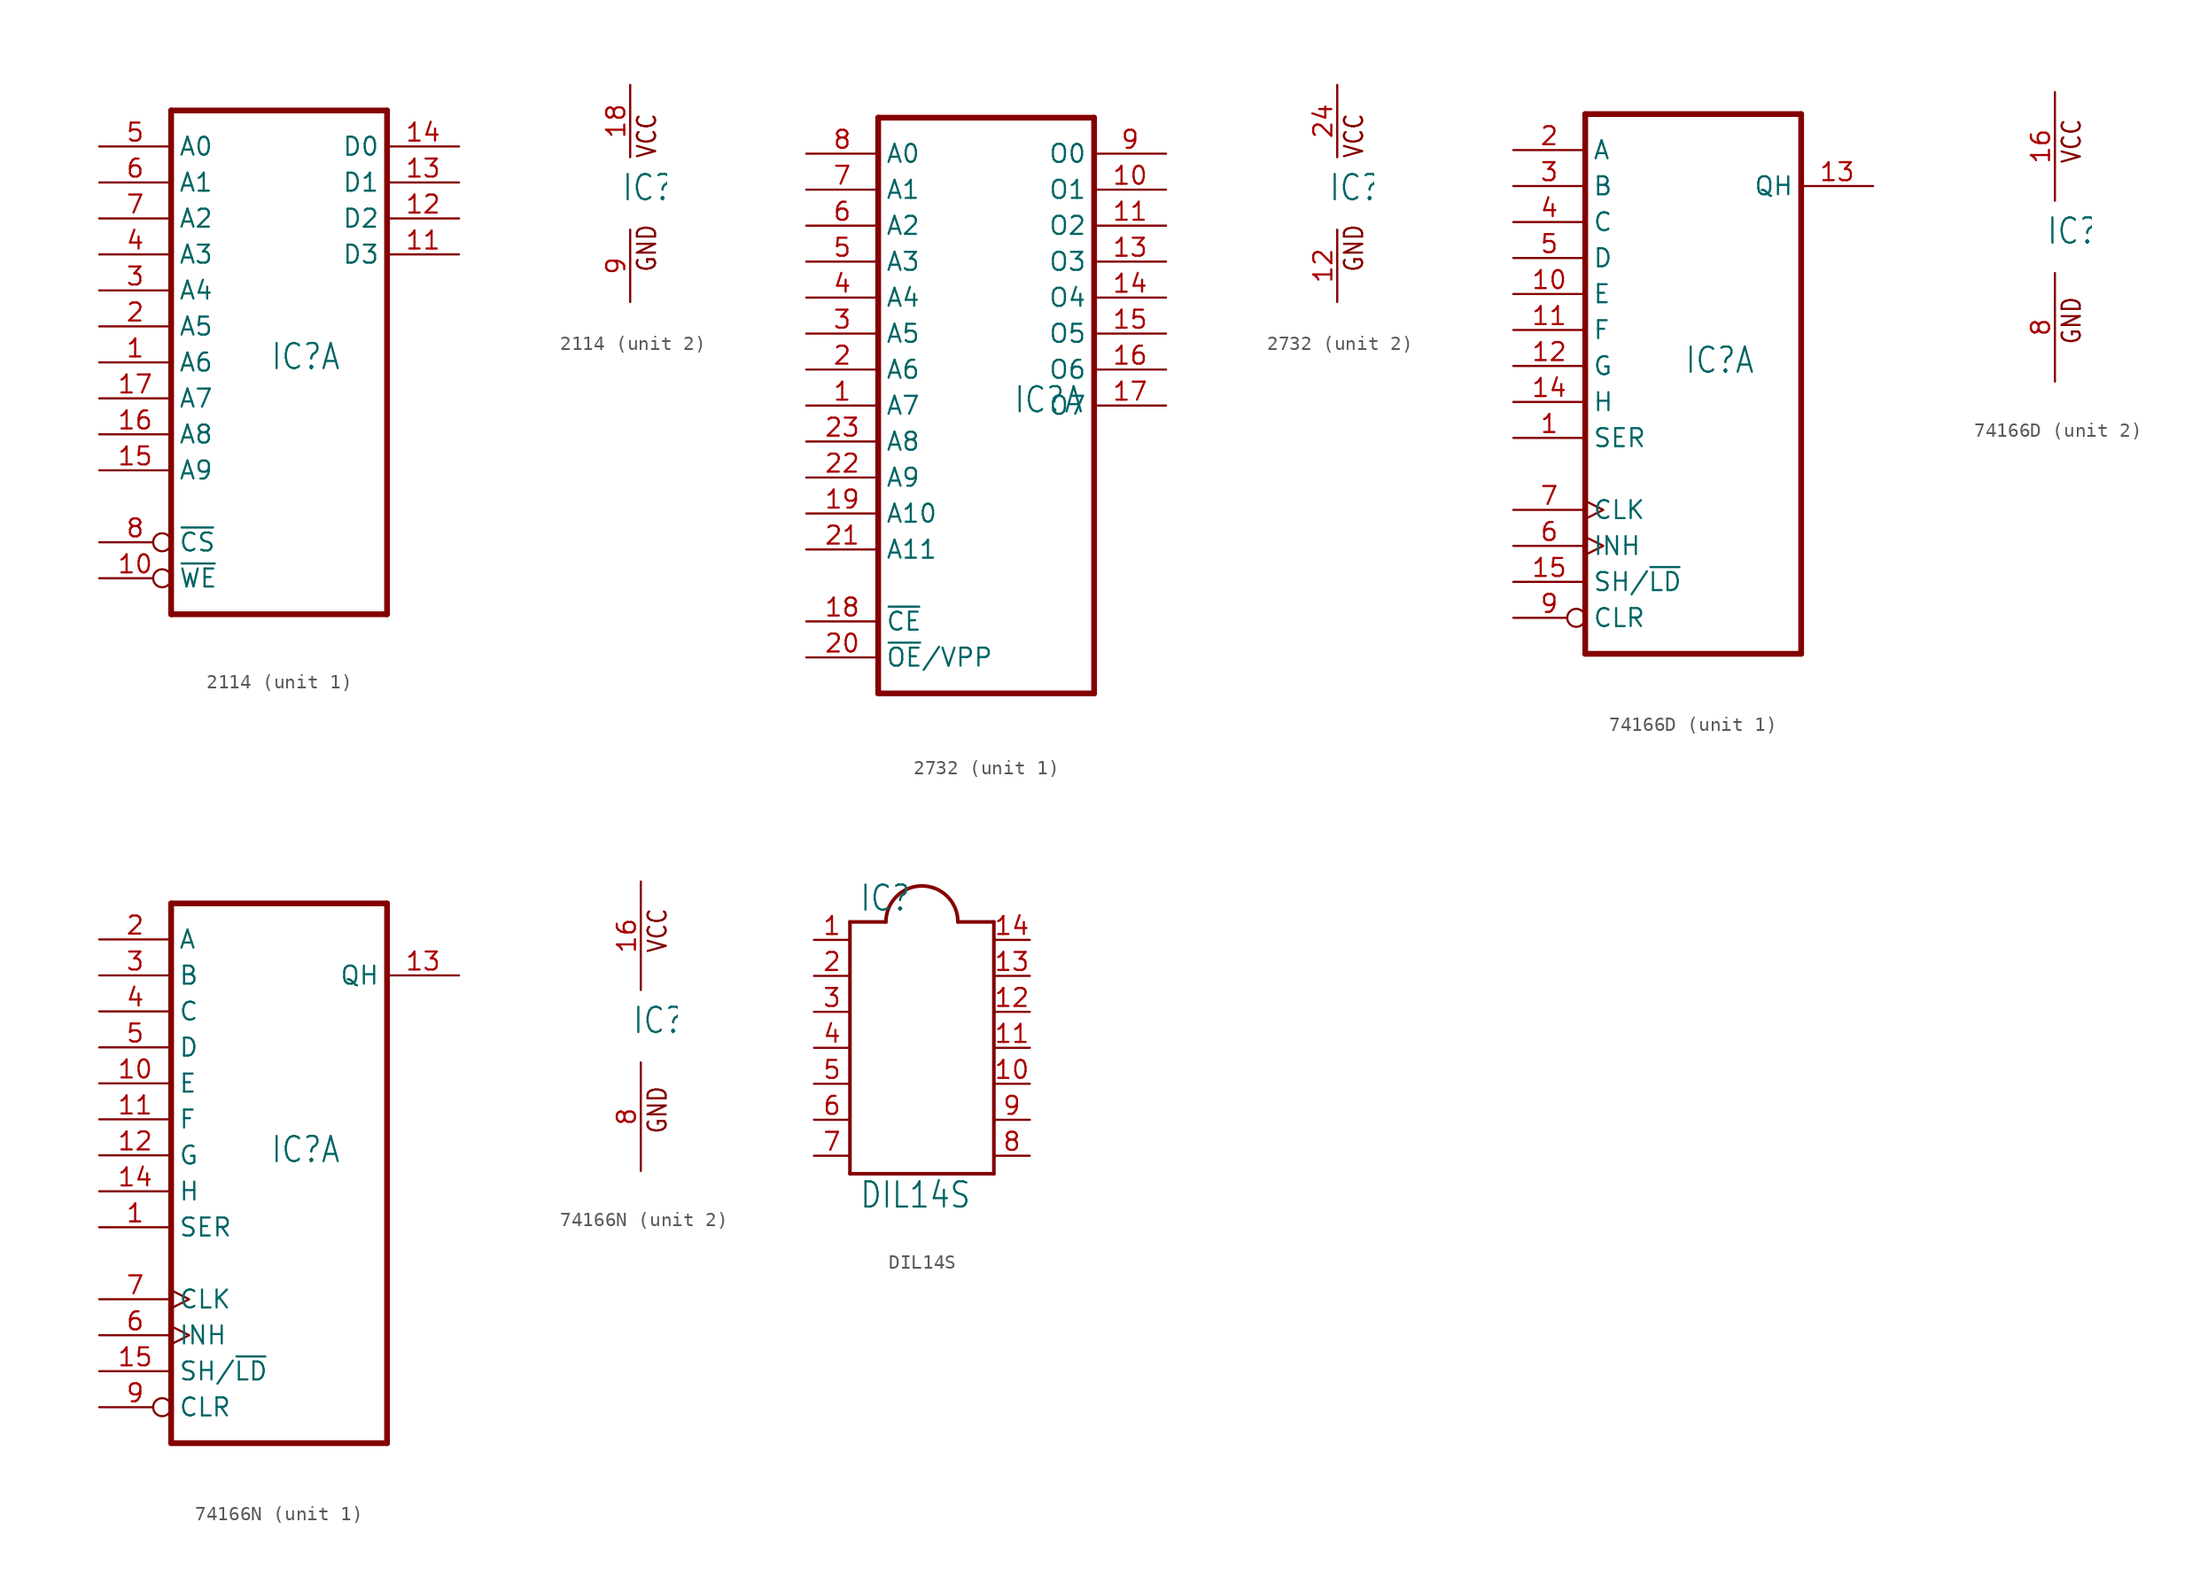
<source format=kicad_sym>
(kicad_symbol_lib
  (version 20211014)
  (generator kicad_symbol_editor)
  (symbol "2114"
    (property "Reference" "IC"
      (at -0.635 -0.635 0)
      (effects (font (size 1.778 1.511)) (justify left bottom)))
    (property "ki_locked" ""
      (at 0 0 0)
      (effects (font (size 1.27 1.27))))
    (symbol "2114_1_0"
      (polyline (pts (xy -7.62 -17.78) (xy 7.62 -17.78)) (stroke (width 0.406) (type default) (color 0 0 0 0)) (fill (type none)))
      (polyline (pts (xy -7.62 17.78) (xy -7.62 -17.78)) (stroke (width 0.406) (type default) (color 0 0 0 0)) (fill (type none)))
      (polyline (pts (xy 7.62 -17.78) (xy 7.62 17.78)) (stroke (width 0.406) (type default) (color 0 0 0 0)) (fill (type none)))
      (polyline (pts (xy 7.62 17.78) (xy -7.62 17.78)) (stroke (width 0.406) (type default) (color 0 0 0 0)) (fill (type none)))
      (pin input line (at -12.7 0 0) (length 5.08) (name "A6" (effects (font (size 1.27 1.27)))) (number "1" (effects (font (size 1.27 1.27)))))
      (pin input inverted (at -12.7 -15.24 0) (length 5.08) (name "~{WE}" (effects (font (size 1.27 1.27)))) (number "10" (effects (font (size 1.27 1.27)))))
      (pin bidirectional line (at 12.7 7.62 180) (length 5.08) (name "D3" (effects (font (size 1.27 1.27)))) (number "11" (effects (font (size 1.27 1.27)))))
      (pin bidirectional line (at 12.7 10.16 180) (length 5.08) (name "D2" (effects (font (size 1.27 1.27)))) (number "12" (effects (font (size 1.27 1.27)))))
      (pin bidirectional line (at 12.7 12.7 180) (length 5.08) (name "D1" (effects (font (size 1.27 1.27)))) (number "13" (effects (font (size 1.27 1.27)))))
      (pin bidirectional line (at 12.7 15.24 180) (length 5.08) (name "D0" (effects (font (size 1.27 1.27)))) (number "14" (effects (font (size 1.27 1.27)))))
      (pin input line (at -12.7 -7.62 0) (length 5.08) (name "A9" (effects (font (size 1.27 1.27)))) (number "15" (effects (font (size 1.27 1.27)))))
      (pin input line (at -12.7 -5.08 0) (length 5.08) (name "A8" (effects (font (size 1.27 1.27)))) (number "16" (effects (font (size 1.27 1.27)))))
      (pin input line (at -12.7 -2.54 0) (length 5.08) (name "A7" (effects (font (size 1.27 1.27)))) (number "17" (effects (font (size 1.27 1.27)))))
      (pin input line (at -12.7 2.54 0) (length 5.08) (name "A5" (effects (font (size 1.27 1.27)))) (number "2" (effects (font (size 1.27 1.27)))))
      (pin input line (at -12.7 5.08 0) (length 5.08) (name "A4" (effects (font (size 1.27 1.27)))) (number "3" (effects (font (size 1.27 1.27)))))
      (pin input line (at -12.7 7.62 0) (length 5.08) (name "A3" (effects (font (size 1.27 1.27)))) (number "4" (effects (font (size 1.27 1.27)))))
      (pin input line (at -12.7 15.24 0) (length 5.08) (name "A0" (effects (font (size 1.27 1.27)))) (number "5" (effects (font (size 1.27 1.27)))))
      (pin input line (at -12.7 12.7 0) (length 5.08) (name "A1" (effects (font (size 1.27 1.27)))) (number "6" (effects (font (size 1.27 1.27)))))
      (pin input line (at -12.7 10.16 0) (length 5.08) (name "A2" (effects (font (size 1.27 1.27)))) (number "7" (effects (font (size 1.27 1.27)))))
      (pin input inverted (at -12.7 -12.7 0) (length 5.08) (name "~{CS}" (effects (font (size 1.27 1.27)))) (number "8" (effects (font (size 1.27 1.27))))))
    (symbol "2114_2_0"
      (text "GND" (at 1.905 -5.588 900) (effects (font (size 1.27 1.079)) (justify left bottom)))
      (text "VCC" (at 1.905 2.413 900) (effects (font (size 1.27 1.079)) (justify left bottom)))
      (pin power_in line (at 0 7.62 270) (length 5.08) (name "VCC" (effects (font (size 0 0)))) (number "18" (effects (font (size 1.27 1.27)))))
      (pin power_in line (at 0 -7.62 90) (length 5.08) (name "GND" (effects (font (size 0 0)))) (number "9" (effects (font (size 1.27 1.27)))))))
  (symbol "2732"
    (property "Reference" "IC"
      (at -0.635 -0.635 0)
      (effects (font (size 1.778 1.511)) (justify left bottom)))
    (property "ki_locked" ""
      (at 0 0 0)
      (effects (font (size 1.27 1.27))))
    (symbol "2732_1_0"
      (polyline (pts (xy -10.16 -20.32) (xy 5.08 -20.32)) (stroke (width 0.406) (type default) (color 0 0 0 0)) (fill (type none)))
      (polyline (pts (xy -10.16 20.32) (xy -10.16 -20.32)) (stroke (width 0.406) (type default) (color 0 0 0 0)) (fill (type none)))
      (polyline (pts (xy 5.08 -20.32) (xy 5.08 20.32)) (stroke (width 0.406) (type default) (color 0 0 0 0)) (fill (type none)))
      (polyline (pts (xy 5.08 20.32) (xy -10.16 20.32)) (stroke (width 0.406) (type default) (color 0 0 0 0)) (fill (type none)))
      (pin input line (at -15.24 0 0) (length 5.08) (name "A7" (effects (font (size 1.27 1.27)))) (number "1" (effects (font (size 1.27 1.27)))))
      (pin tri_state line (at 10.16 15.24 180) (length 5.08) (name "O1" (effects (font (size 1.27 1.27)))) (number "10" (effects (font (size 1.27 1.27)))))
      (pin tri_state line (at 10.16 12.7 180) (length 5.08) (name "O2" (effects (font (size 1.27 1.27)))) (number "11" (effects (font (size 1.27 1.27)))))
      (pin tri_state line (at 10.16 10.16 180) (length 5.08) (name "O3" (effects (font (size 1.27 1.27)))) (number "13" (effects (font (size 1.27 1.27)))))
      (pin tri_state line (at 10.16 7.62 180) (length 5.08) (name "O4" (effects (font (size 1.27 1.27)))) (number "14" (effects (font (size 1.27 1.27)))))
      (pin tri_state line (at 10.16 5.08 180) (length 5.08) (name "O5" (effects (font (size 1.27 1.27)))) (number "15" (effects (font (size 1.27 1.27)))))
      (pin tri_state line (at 10.16 2.54 180) (length 5.08) (name "O6" (effects (font (size 1.27 1.27)))) (number "16" (effects (font (size 1.27 1.27)))))
      (pin tri_state line (at 10.16 0 180) (length 5.08) (name "O7" (effects (font (size 1.27 1.27)))) (number "17" (effects (font (size 1.27 1.27)))))
      (pin input line (at -15.24 -15.24 0) (length 5.08) (name "~{CE}" (effects (font (size 1.27 1.27)))) (number "18" (effects (font (size 1.27 1.27)))))
      (pin input line (at -15.24 -7.62 0) (length 5.08) (name "A10" (effects (font (size 1.27 1.27)))) (number "19" (effects (font (size 1.27 1.27)))))
      (pin input line (at -15.24 2.54 0) (length 5.08) (name "A6" (effects (font (size 1.27 1.27)))) (number "2" (effects (font (size 1.27 1.27)))))
      (pin input line (at -15.24 -17.78 0) (length 5.08) (name "~{OE}/VPP" (effects (font (size 1.27 1.27)))) (number "20" (effects (font (size 1.27 1.27)))))
      (pin input line (at -15.24 -10.16 0) (length 5.08) (name "A11" (effects (font (size 1.27 1.27)))) (number "21" (effects (font (size 1.27 1.27)))))
      (pin input line (at -15.24 -5.08 0) (length 5.08) (name "A9" (effects (font (size 1.27 1.27)))) (number "22" (effects (font (size 1.27 1.27)))))
      (pin input line (at -15.24 -2.54 0) (length 5.08) (name "A8" (effects (font (size 1.27 1.27)))) (number "23" (effects (font (size 1.27 1.27)))))
      (pin input line (at -15.24 5.08 0) (length 5.08) (name "A5" (effects (font (size 1.27 1.27)))) (number "3" (effects (font (size 1.27 1.27)))))
      (pin input line (at -15.24 7.62 0) (length 5.08) (name "A4" (effects (font (size 1.27 1.27)))) (number "4" (effects (font (size 1.27 1.27)))))
      (pin input line (at -15.24 10.16 0) (length 5.08) (name "A3" (effects (font (size 1.27 1.27)))) (number "5" (effects (font (size 1.27 1.27)))))
      (pin input line (at -15.24 12.7 0) (length 5.08) (name "A2" (effects (font (size 1.27 1.27)))) (number "6" (effects (font (size 1.27 1.27)))))
      (pin input line (at -15.24 15.24 0) (length 5.08) (name "A1" (effects (font (size 1.27 1.27)))) (number "7" (effects (font (size 1.27 1.27)))))
      (pin input line (at -15.24 17.78 0) (length 5.08) (name "A0" (effects (font (size 1.27 1.27)))) (number "8" (effects (font (size 1.27 1.27)))))
      (pin tri_state line (at 10.16 17.78 180) (length 5.08) (name "O0" (effects (font (size 1.27 1.27)))) (number "9" (effects (font (size 1.27 1.27))))))
    (symbol "2732_2_0"
      (text "GND" (at 1.905 -5.588 900) (effects (font (size 1.27 1.079)) (justify left bottom)))
      (text "VCC" (at 1.905 2.413 900) (effects (font (size 1.27 1.079)) (justify left bottom)))
      (pin power_in line (at 0 -7.62 90) (length 5.08) (name "GND" (effects (font (size 0 0)))) (number "12" (effects (font (size 1.27 1.27)))))
      (pin power_in line (at 0 7.62 270) (length 5.08) (name "VCC" (effects (font (size 0 0)))) (number "24" (effects (font (size 1.27 1.27)))))))
  (symbol "74166D"
    (property "Reference" "IC"
      (at -0.635 -0.635 0)
      (effects (font (size 1.778 1.511)) (justify left bottom)))
    (property "ki_locked" ""
      (at 0 0 0)
      (effects (font (size 1.27 1.27))))
    (symbol "74166D_1_0"
      (polyline (pts (xy -7.62 -20.32) (xy 7.62 -20.32)) (stroke (width 0.406) (type default) (color 0 0 0 0)) (fill (type none)))
      (polyline (pts (xy -7.62 17.78) (xy -7.62 -20.32)) (stroke (width 0.406) (type default) (color 0 0 0 0)) (fill (type none)))
      (polyline (pts (xy 7.62 -20.32) (xy 7.62 17.78)) (stroke (width 0.406) (type default) (color 0 0 0 0)) (fill (type none)))
      (polyline (pts (xy 7.62 17.78) (xy -7.62 17.78)) (stroke (width 0.406) (type default) (color 0 0 0 0)) (fill (type none)))
      (pin input line (at -12.7 -5.08 0) (length 5.08) (name "SER" (effects (font (size 1.27 1.27)))) (number "1" (effects (font (size 1.27 1.27)))))
      (pin input line (at -12.7 5.08 0) (length 5.08) (name "E" (effects (font (size 1.27 1.27)))) (number "10" (effects (font (size 1.27 1.27)))))
      (pin input line (at -12.7 2.54 0) (length 5.08) (name "F" (effects (font (size 1.27 1.27)))) (number "11" (effects (font (size 1.27 1.27)))))
      (pin input line (at -12.7 0 0) (length 5.08) (name "G" (effects (font (size 1.27 1.27)))) (number "12" (effects (font (size 1.27 1.27)))))
      (pin output line (at 12.7 12.7 180) (length 5.08) (name "QH" (effects (font (size 1.27 1.27)))) (number "13" (effects (font (size 1.27 1.27)))))
      (pin input line (at -12.7 -2.54 0) (length 5.08) (name "H" (effects (font (size 1.27 1.27)))) (number "14" (effects (font (size 1.27 1.27)))))
      (pin input line (at -12.7 -15.24 0) (length 5.08) (name "SH/~{LD}" (effects (font (size 1.27 1.27)))) (number "15" (effects (font (size 1.27 1.27)))))
      (pin input line (at -12.7 15.24 0) (length 5.08) (name "A" (effects (font (size 1.27 1.27)))) (number "2" (effects (font (size 1.27 1.27)))))
      (pin input line (at -12.7 12.7 0) (length 5.08) (name "B" (effects (font (size 1.27 1.27)))) (number "3" (effects (font (size 1.27 1.27)))))
      (pin input line (at -12.7 10.16 0) (length 5.08) (name "C" (effects (font (size 1.27 1.27)))) (number "4" (effects (font (size 1.27 1.27)))))
      (pin input line (at -12.7 7.62 0) (length 5.08) (name "D" (effects (font (size 1.27 1.27)))) (number "5" (effects (font (size 1.27 1.27)))))
      (pin input clock (at -12.7 -12.7 0) (length 5.08) (name "INH" (effects (font (size 1.27 1.27)))) (number "6" (effects (font (size 1.27 1.27)))))
      (pin input clock (at -12.7 -10.16 0) (length 5.08) (name "CLK" (effects (font (size 1.27 1.27)))) (number "7" (effects (font (size 1.27 1.27)))))
      (pin input inverted (at -12.7 -17.78 0) (length 5.08) (name "CLR" (effects (font (size 1.27 1.27)))) (number "9" (effects (font (size 1.27 1.27))))))
    (symbol "74166D_2_0"
      (text "GND" (at 1.905 -7.62 900) (effects (font (size 1.27 1.079)) (justify left bottom)))
      (text "VCC" (at 1.905 5.08 900) (effects (font (size 1.27 1.079)) (justify left bottom)))
      (pin power_in line (at 0 10.16 270) (length 7.62) (name "VCC" (effects (font (size 0 0)))) (number "16" (effects (font (size 1.27 1.27)))))
      (pin power_in line (at 0 -10.16 90) (length 7.62) (name "GND" (effects (font (size 0 0)))) (number "8" (effects (font (size 1.27 1.27)))))))
  (symbol "74166N"
    (property "Reference" "IC"
      (at -0.635 -0.635 0)
      (effects (font (size 1.778 1.511)) (justify left bottom)))
    (property "ki_locked" ""
      (at 0 0 0)
      (effects (font (size 1.27 1.27))))
    (symbol "74166N_1_0"
      (polyline (pts (xy -7.62 -20.32) (xy 7.62 -20.32)) (stroke (width 0.406) (type default) (color 0 0 0 0)) (fill (type none)))
      (polyline (pts (xy -7.62 17.78) (xy -7.62 -20.32)) (stroke (width 0.406) (type default) (color 0 0 0 0)) (fill (type none)))
      (polyline (pts (xy 7.62 -20.32) (xy 7.62 17.78)) (stroke (width 0.406) (type default) (color 0 0 0 0)) (fill (type none)))
      (polyline (pts (xy 7.62 17.78) (xy -7.62 17.78)) (stroke (width 0.406) (type default) (color 0 0 0 0)) (fill (type none)))
      (pin input line (at -12.7 -5.08 0) (length 5.08) (name "SER" (effects (font (size 1.27 1.27)))) (number "1" (effects (font (size 1.27 1.27)))))
      (pin input line (at -12.7 5.08 0) (length 5.08) (name "E" (effects (font (size 1.27 1.27)))) (number "10" (effects (font (size 1.27 1.27)))))
      (pin input line (at -12.7 2.54 0) (length 5.08) (name "F" (effects (font (size 1.27 1.27)))) (number "11" (effects (font (size 1.27 1.27)))))
      (pin input line (at -12.7 0 0) (length 5.08) (name "G" (effects (font (size 1.27 1.27)))) (number "12" (effects (font (size 1.27 1.27)))))
      (pin output line (at 12.7 12.7 180) (length 5.08) (name "QH" (effects (font (size 1.27 1.27)))) (number "13" (effects (font (size 1.27 1.27)))))
      (pin input line (at -12.7 -2.54 0) (length 5.08) (name "H" (effects (font (size 1.27 1.27)))) (number "14" (effects (font (size 1.27 1.27)))))
      (pin input line (at -12.7 -15.24 0) (length 5.08) (name "SH/~{LD}" (effects (font (size 1.27 1.27)))) (number "15" (effects (font (size 1.27 1.27)))))
      (pin input line (at -12.7 15.24 0) (length 5.08) (name "A" (effects (font (size 1.27 1.27)))) (number "2" (effects (font (size 1.27 1.27)))))
      (pin input line (at -12.7 12.7 0) (length 5.08) (name "B" (effects (font (size 1.27 1.27)))) (number "3" (effects (font (size 1.27 1.27)))))
      (pin input line (at -12.7 10.16 0) (length 5.08) (name "C" (effects (font (size 1.27 1.27)))) (number "4" (effects (font (size 1.27 1.27)))))
      (pin input line (at -12.7 7.62 0) (length 5.08) (name "D" (effects (font (size 1.27 1.27)))) (number "5" (effects (font (size 1.27 1.27)))))
      (pin input clock (at -12.7 -12.7 0) (length 5.08) (name "INH" (effects (font (size 1.27 1.27)))) (number "6" (effects (font (size 1.27 1.27)))))
      (pin input clock (at -12.7 -10.16 0) (length 5.08) (name "CLK" (effects (font (size 1.27 1.27)))) (number "7" (effects (font (size 1.27 1.27)))))
      (pin input inverted (at -12.7 -17.78 0) (length 5.08) (name "CLR" (effects (font (size 1.27 1.27)))) (number "9" (effects (font (size 1.27 1.27))))))
    (symbol "74166N_2_0"
      (text "GND" (at 1.905 -7.62 900) (effects (font (size 1.27 1.079)) (justify left bottom)))
      (text "VCC" (at 1.905 5.08 900) (effects (font (size 1.27 1.079)) (justify left bottom)))
      (pin power_in line (at 0 10.16 270) (length 7.62) (name "VCC" (effects (font (size 0 0)))) (number "16" (effects (font (size 1.27 1.27)))))
      (pin power_in line (at 0 -10.16 90) (length 7.62) (name "GND" (effects (font (size 0 0)))) (number "8" (effects (font (size 1.27 1.27)))))))
  (symbol "DIL14S"
    (property "Reference" "IC"
      (at -4.445 9.525 0)
      (effects (font (size 1.778 1.511)) (justify left bottom)))
    (property "Value" "DIL14S"
      (at -4.445 -11.43 0)
      (effects (font (size 1.778 1.511)) (justify left bottom)))
    (property "ki_locked" ""
      (at 0 0 0)
      (effects (font (size 1.27 1.27))))
    (symbol "DIL14S_1_0"
      (polyline (pts (xy -5.08 -8.89) (xy 5.08 -8.89)) (stroke (width 0.254) (type default) (color 0 0 0 0)) (fill (type none)))
      (polyline (pts (xy -5.08 8.89) (xy -5.08 -8.89)) (stroke (width 0.254) (type default) (color 0 0 0 0)) (fill (type none)))
      (polyline (pts (xy -5.08 8.89) (xy -2.54 8.89)) (stroke (width 0.254) (type default) (color 0 0 0 0)) (fill (type none)))
      (polyline (pts (xy 5.08 -8.89) (xy 5.08 8.89)) (stroke (width 0.254) (type default) (color 0 0 0 0)) (fill (type none)))
      (polyline (pts (xy 5.08 8.89) (xy 2.54 8.89)) (stroke (width 0.254) (type default) (color 0 0 0 0)) (fill (type none)))
      (arc (start 2.54 8.89) (mid 0 11.43) (end -2.54 8.89) (stroke (width 0.254) (type default) (color 0 0 0 0)) (fill (type none)))
      (pin passive line (at -7.62 7.62 0) (length 2.54) (name "1" (effects (font (size 0 0)))) (number "1" (effects (font (size 1.27 1.27)))))
      (pin passive line (at 7.62 -2.54 180) (length 2.54) (name "10" (effects (font (size 0 0)))) (number "10" (effects (font (size 1.27 1.27)))))
      (pin passive line (at 7.62 0 180) (length 2.54) (name "11" (effects (font (size 0 0)))) (number "11" (effects (font (size 1.27 1.27)))))
      (pin passive line (at 7.62 2.54 180) (length 2.54) (name "12" (effects (font (size 0 0)))) (number "12" (effects (font (size 1.27 1.27)))))
      (pin passive line (at 7.62 5.08 180) (length 2.54) (name "13" (effects (font (size 0 0)))) (number "13" (effects (font (size 1.27 1.27)))))
      (pin passive line (at 7.62 7.62 180) (length 2.54) (name "14" (effects (font (size 0 0)))) (number "14" (effects (font (size 1.27 1.27)))))
      (pin passive line (at -7.62 5.08 0) (length 2.54) (name "2" (effects (font (size 0 0)))) (number "2" (effects (font (size 1.27 1.27)))))
      (pin passive line (at -7.62 2.54 0) (length 2.54) (name "3" (effects (font (size 0 0)))) (number "3" (effects (font (size 1.27 1.27)))))
      (pin passive line (at -7.62 0 0) (length 2.54) (name "4" (effects (font (size 0 0)))) (number "4" (effects (font (size 1.27 1.27)))))
      (pin passive line (at -7.62 -2.54 0) (length 2.54) (name "5" (effects (font (size 0 0)))) (number "5" (effects (font (size 1.27 1.27)))))
      (pin passive line (at -7.62 -5.08 0) (length 2.54) (name "6" (effects (font (size 0 0)))) (number "6" (effects (font (size 1.27 1.27)))))
      (pin passive line (at -7.62 -7.62 0) (length 2.54) (name "7" (effects (font (size 0 0)))) (number "7" (effects (font (size 1.27 1.27)))))
      (pin passive line (at 7.62 -7.62 180) (length 2.54) (name "8" (effects (font (size 0 0)))) (number "8" (effects (font (size 1.27 1.27)))))
      (pin passive line (at 7.62 -5.08 180) (length 2.54) (name "9" (effects (font (size 0 0)))) (number "9" (effects (font (size 1.27 1.27))))))))
</source>
